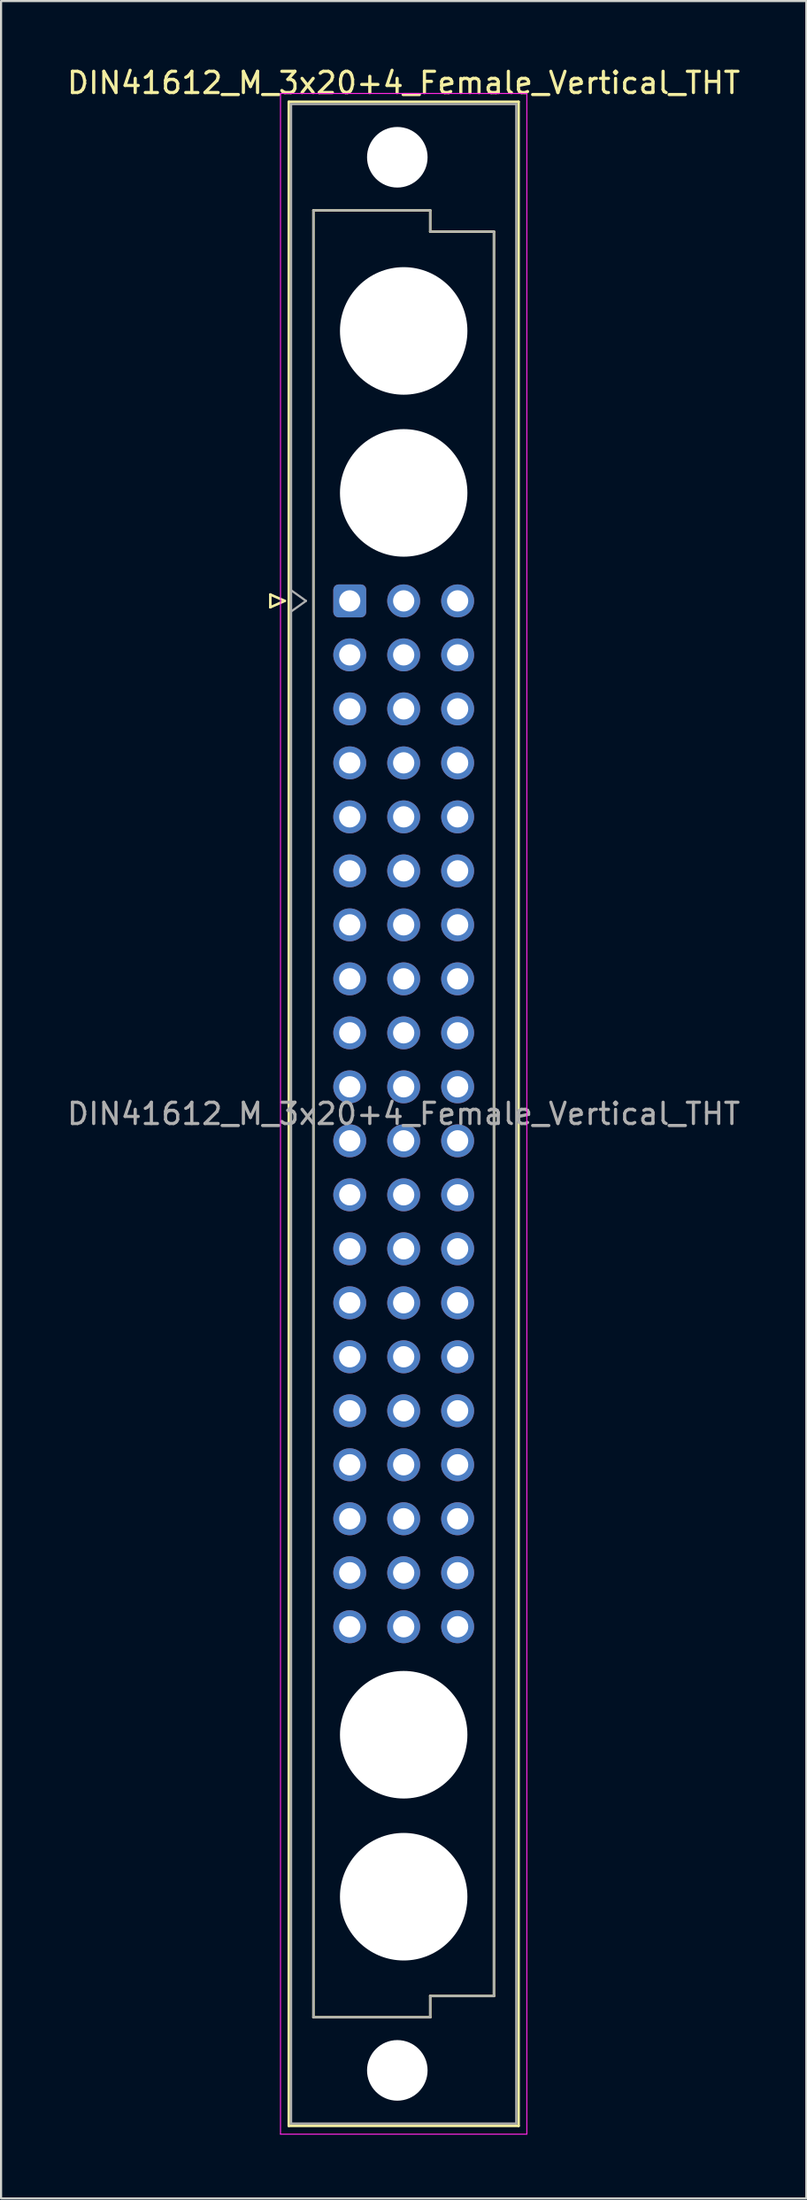
<source format=kicad_pcb>
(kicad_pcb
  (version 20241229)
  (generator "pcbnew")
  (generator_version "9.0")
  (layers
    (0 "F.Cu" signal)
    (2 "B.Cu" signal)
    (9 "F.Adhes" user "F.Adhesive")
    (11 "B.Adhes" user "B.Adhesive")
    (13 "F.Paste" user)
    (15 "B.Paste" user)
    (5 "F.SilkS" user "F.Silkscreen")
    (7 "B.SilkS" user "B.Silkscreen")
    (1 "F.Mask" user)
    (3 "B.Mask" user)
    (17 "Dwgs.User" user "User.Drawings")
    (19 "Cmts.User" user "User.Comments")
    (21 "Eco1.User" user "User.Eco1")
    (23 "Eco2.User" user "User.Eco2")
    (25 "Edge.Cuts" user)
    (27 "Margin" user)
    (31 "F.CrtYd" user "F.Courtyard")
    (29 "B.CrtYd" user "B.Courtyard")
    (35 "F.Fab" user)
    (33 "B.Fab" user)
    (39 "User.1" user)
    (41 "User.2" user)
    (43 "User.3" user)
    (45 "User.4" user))
  (footprint "DIN41612_M_3x20+4_Female_Vertical_THT"
    (layer "F.Cu")
    (at 13.418 9.978)
    (property "Reference" "DIN41612_M_3x20+4_Female_Vertical_THT" (at 2.54 -9.13 0) (layer "F.SilkS") (effects (font (size 1 1) (thickness 0.15))))
    (attr through_hole)
    (fp_line (start -3.74 14.94) (end -3.74 15.54) (stroke (width 0.12) (type solid)) (layer "F.SilkS"))
    (fp_line (start -3.74 15.54) (end -3.06 15.24) (stroke (width 0.12) (type solid)) (layer "F.SilkS"))
    (fp_line (start -3.06 15.24) (end -3.74 14.94) (stroke (width 0.12) (type solid)) (layer "F.SilkS"))
    (fp_line (start -2.87 -8.24) (end 7.95 -8.24) (stroke (width 0.12) (type solid)) (layer "F.SilkS"))
    (fp_line (start -2.87 86.98) (end -2.87 -8.24) (stroke (width 0.12) (type solid)) (layer "F.SilkS"))
    (fp_line (start -1.71 -3.13) (end 3.79 -3.13) (stroke (width 0.12) (type solid)) (layer "F.SilkS"))
    (fp_line (start -1.71 81.87) (end -1.71 -3.13) (stroke (width 0.12) (type solid)) (layer "F.SilkS"))
    (fp_line (start 3.79 -3.13) (end 3.79 -2.13) (stroke (width 0.12) (type solid)) (layer "F.SilkS"))
    (fp_line (start 3.79 -2.13) (end 6.79 -2.13) (stroke (width 0.12) (type solid)) (layer "F.SilkS"))
    (fp_line (start 3.79 80.87) (end 3.79 81.87) (stroke (width 0.12) (type solid)) (layer "F.SilkS"))
    (fp_line (start 3.79 81.87) (end -1.71 81.87) (stroke (width 0.12) (type solid)) (layer "F.SilkS"))
    (fp_line (start 6.79 -2.13) (end 6.79 80.87) (stroke (width 0.12) (type solid)) (layer "F.SilkS"))
    (fp_line (start 6.79 80.87) (end 3.79 80.87) (stroke (width 0.12) (type solid)) (layer "F.SilkS"))
    (fp_line (start 7.95 -8.24) (end 7.95 86.98) (stroke (width 0.12) (type solid)) (layer "F.SilkS"))
    (fp_line (start 7.95 86.98) (end -2.87 86.98) (stroke (width 0.12) (type solid)) (layer "F.SilkS"))
    (fp_line (start -3.26 -8.63) (end 8.34 -8.63) (stroke (width 0.05) (type solid)) (layer "F.CrtYd"))
    (fp_line (start -3.26 87.37) (end -3.26 -8.63) (stroke (width 0.05) (type solid)) (layer "F.CrtYd"))
    (fp_line (start 8.34 -8.63) (end 8.34 87.37) (stroke (width 0.05) (type solid)) (layer "F.CrtYd"))
    (fp_line (start 8.34 87.37) (end -3.26 87.37) (stroke (width 0.05) (type solid)) (layer "F.CrtYd"))
    (fp_line (start -2.76 -8.13) (end 7.84 -8.13) (stroke (width 0.1) (type solid)) (layer "F.Fab"))
    (fp_line (start -2.76 14.74) (end -2.06 15.24) (stroke (width 0.1) (type solid)) (layer "F.Fab"))
    (fp_line (start -2.76 86.87) (end -2.76 -8.13) (stroke (width 0.1) (type solid)) (layer "F.Fab"))
    (fp_line (start -2.06 15.24) (end -2.76 15.74) (stroke (width 0.1) (type solid)) (layer "F.Fab"))
    (fp_line (start -1.71 -3.13) (end 3.79 -3.13) (stroke (width 0.1) (type solid)) (layer "F.Fab"))
    (fp_line (start -1.71 81.87) (end -1.71 -3.13) (stroke (width 0.1) (type solid)) (layer "F.Fab"))
    (fp_line (start 3.79 -3.13) (end 3.79 -2.13) (stroke (width 0.1) (type solid)) (layer "F.Fab"))
    (fp_line (start 3.79 -2.13) (end 6.79 -2.13) (stroke (width 0.1) (type solid)) (layer "F.Fab"))
    (fp_line (start 3.79 80.87) (end 3.79 81.87) (stroke (width 0.1) (type solid)) (layer "F.Fab"))
    (fp_line (start 3.79 81.87) (end -1.71 81.87) (stroke (width 0.1) (type solid)) (layer "F.Fab"))
    (fp_line (start 6.79 -2.13) (end 6.79 80.87) (stroke (width 0.1) (type solid)) (layer "F.Fab"))
    (fp_line (start 6.79 80.87) (end 3.79 80.87) (stroke (width 0.1) (type solid)) (layer "F.Fab"))
    (fp_line (start 7.84 -8.13) (end 7.84 86.87) (stroke (width 0.1) (type solid)) (layer "F.Fab"))
    (fp_line (start 7.84 86.87) (end -2.76 86.87) (stroke (width 0.1) (type solid)) (layer "F.Fab"))
    (fp_text user "${REFERENCE}" (at 2.54 39.37 0) (layer "F.Fab") (effects (font (size 1 1) (thickness 0.15))))
    (pad "" np_thru_hole circle (at 2.24 -5.63) (size 2.85 2.85) (drill 2.85) (layers "*.Cu" "*.Mask"))
    (pad "" np_thru_hole circle (at 2.24 84.37) (size 2.85 2.85) (drill 2.85) (layers "*.Cu" "*.Mask"))
    (pad "" np_thru_hole circle (at 2.54 2.54) (size 6 6) (drill 6) (layers "*.Cu" "*.Mask"))
    (pad "" np_thru_hole circle (at 2.54 10.16) (size 6 6) (drill 6) (layers "*.Cu" "*.Mask"))
    (pad "" np_thru_hole circle (at 2.54 68.58) (size 6 6) (drill 6) (layers "*.Cu" "*.Mask"))
    (pad "" np_thru_hole circle (at 2.54 76.2) (size 6 6) (drill 6) (layers "*.Cu" "*.Mask"))
    (pad "a7" thru_hole roundrect (at 0 15.24) (size 1.55 1.55) (drill 1) (layers "*.Cu" "*.Mask") (roundrect_rratio 0.161))
    (pad "a8" thru_hole circle (at 0 17.78) (size 1.55 1.55) (drill 1) (layers "*.Cu" "*.Mask"))
    (pad "a9" thru_hole circle (at 0 20.32) (size 1.55 1.55) (drill 1) (layers "*.Cu" "*.Mask"))
    (pad "a10" thru_hole circle (at 0 22.86) (size 1.55 1.55) (drill 1) (layers "*.Cu" "*.Mask"))
    (pad "a11" thru_hole circle (at 0 25.4) (size 1.55 1.55) (drill 1) (layers "*.Cu" "*.Mask"))
    (pad "a12" thru_hole circle (at 0 27.94) (size 1.55 1.55) (drill 1) (layers "*.Cu" "*.Mask"))
    (pad "a13" thru_hole circle (at 0 30.48) (size 1.55 1.55) (drill 1) (layers "*.Cu" "*.Mask"))
    (pad "a14" thru_hole circle (at 0 33.02) (size 1.55 1.55) (drill 1) (layers "*.Cu" "*.Mask"))
    (pad "a15" thru_hole circle (at 0 35.56) (size 1.55 1.55) (drill 1) (layers "*.Cu" "*.Mask"))
    (pad "a16" thru_hole circle (at 0 38.1) (size 1.55 1.55) (drill 1) (layers "*.Cu" "*.Mask"))
    (pad "a17" thru_hole circle (at 0 40.64) (size 1.55 1.55) (drill 1) (layers "*.Cu" "*.Mask"))
    (pad "a18" thru_hole circle (at 0 43.18) (size 1.55 1.55) (drill 1) (layers "*.Cu" "*.Mask"))
    (pad "a19" thru_hole circle (at 0 45.72) (size 1.55 1.55) (drill 1) (layers "*.Cu" "*.Mask"))
    (pad "a20" thru_hole circle (at 0 48.26) (size 1.55 1.55) (drill 1) (layers "*.Cu" "*.Mask"))
    (pad "a21" thru_hole circle (at 0 50.8) (size 1.55 1.55) (drill 1) (layers "*.Cu" "*.Mask"))
    (pad "a22" thru_hole circle (at 0 53.34) (size 1.55 1.55) (drill 1) (layers "*.Cu" "*.Mask"))
    (pad "a23" thru_hole circle (at 0 55.88) (size 1.55 1.55) (drill 1) (layers "*.Cu" "*.Mask"))
    (pad "a24" thru_hole circle (at 0 58.42) (size 1.55 1.55) (drill 1) (layers "*.Cu" "*.Mask"))
    (pad "a25" thru_hole circle (at 0 60.96) (size 1.55 1.55) (drill 1) (layers "*.Cu" "*.Mask"))
    (pad "a26" thru_hole circle (at 0 63.5) (size 1.55 1.55) (drill 1) (layers "*.Cu" "*.Mask"))
    (pad "b7" thru_hole circle (at 2.54 15.24) (size 1.55 1.55) (drill 1) (layers "*.Cu" "*.Mask"))
    (pad "b8" thru_hole circle (at 2.54 17.78) (size 1.55 1.55) (drill 1) (layers "*.Cu" "*.Mask"))
    (pad "b9" thru_hole circle (at 2.54 20.32) (size 1.55 1.55) (drill 1) (layers "*.Cu" "*.Mask"))
    (pad "b10" thru_hole circle (at 2.54 22.86) (size 1.55 1.55) (drill 1) (layers "*.Cu" "*.Mask"))
    (pad "b11" thru_hole circle (at 2.54 25.4) (size 1.55 1.55) (drill 1) (layers "*.Cu" "*.Mask"))
    (pad "b12" thru_hole circle (at 2.54 27.94) (size 1.55 1.55) (drill 1) (layers "*.Cu" "*.Mask"))
    (pad "b13" thru_hole circle (at 2.54 30.48) (size 1.55 1.55) (drill 1) (layers "*.Cu" "*.Mask"))
    (pad "b14" thru_hole circle (at 2.54 33.02) (size 1.55 1.55) (drill 1) (layers "*.Cu" "*.Mask"))
    (pad "b15" thru_hole circle (at 2.54 35.56) (size 1.55 1.55) (drill 1) (layers "*.Cu" "*.Mask"))
    (pad "b16" thru_hole circle (at 2.54 38.1) (size 1.55 1.55) (drill 1) (layers "*.Cu" "*.Mask"))
    (pad "b17" thru_hole circle (at 2.54 40.64) (size 1.55 1.55) (drill 1) (layers "*.Cu" "*.Mask"))
    (pad "b18" thru_hole circle (at 2.54 43.18) (size 1.55 1.55) (drill 1) (layers "*.Cu" "*.Mask"))
    (pad "b19" thru_hole circle (at 2.54 45.72) (size 1.55 1.55) (drill 1) (layers "*.Cu" "*.Mask"))
    (pad "b20" thru_hole circle (at 2.54 48.26) (size 1.55 1.55) (drill 1) (layers "*.Cu" "*.Mask"))
    (pad "b21" thru_hole circle (at 2.54 50.8) (size 1.55 1.55) (drill 1) (layers "*.Cu" "*.Mask"))
    (pad "b22" thru_hole circle (at 2.54 53.34) (size 1.55 1.55) (drill 1) (layers "*.Cu" "*.Mask"))
    (pad "b23" thru_hole circle (at 2.54 55.88) (size 1.55 1.55) (drill 1) (layers "*.Cu" "*.Mask"))
    (pad "b24" thru_hole circle (at 2.54 58.42) (size 1.55 1.55) (drill 1) (layers "*.Cu" "*.Mask"))
    (pad "b25" thru_hole circle (at 2.54 60.96) (size 1.55 1.55) (drill 1) (layers "*.Cu" "*.Mask"))
    (pad "b26" thru_hole circle (at 2.54 63.5) (size 1.55 1.55) (drill 1) (layers "*.Cu" "*.Mask"))
    (pad "c7" thru_hole circle (at 5.08 15.24) (size 1.55 1.55) (drill 1) (layers "*.Cu" "*.Mask"))
    (pad "c8" thru_hole circle (at 5.08 17.78) (size 1.55 1.55) (drill 1) (layers "*.Cu" "*.Mask"))
    (pad "c9" thru_hole circle (at 5.08 20.32) (size 1.55 1.55) (drill 1) (layers "*.Cu" "*.Mask"))
    (pad "c10" thru_hole circle (at 5.08 22.86) (size 1.55 1.55) (drill 1) (layers "*.Cu" "*.Mask"))
    (pad "c11" thru_hole circle (at 5.08 25.4) (size 1.55 1.55) (drill 1) (layers "*.Cu" "*.Mask"))
    (pad "c12" thru_hole circle (at 5.08 27.94) (size 1.55 1.55) (drill 1) (layers "*.Cu" "*.Mask"))
    (pad "c13" thru_hole circle (at 5.08 30.48) (size 1.55 1.55) (drill 1) (layers "*.Cu" "*.Mask"))
    (pad "c14" thru_hole circle (at 5.08 33.02) (size 1.55 1.55) (drill 1) (layers "*.Cu" "*.Mask"))
    (pad "c15" thru_hole circle (at 5.08 35.56) (size 1.55 1.55) (drill 1) (layers "*.Cu" "*.Mask"))
    (pad "c16" thru_hole circle (at 5.08 38.1) (size 1.55 1.55) (drill 1) (layers "*.Cu" "*.Mask"))
    (pad "c17" thru_hole circle (at 5.08 40.64) (size 1.55 1.55) (drill 1) (layers "*.Cu" "*.Mask"))
    (pad "c18" thru_hole circle (at 5.08 43.18) (size 1.55 1.55) (drill 1) (layers "*.Cu" "*.Mask"))
    (pad "c19" thru_hole circle (at 5.08 45.72) (size 1.55 1.55) (drill 1) (layers "*.Cu" "*.Mask"))
    (pad "c20" thru_hole circle (at 5.08 48.26) (size 1.55 1.55) (drill 1) (layers "*.Cu" "*.Mask"))
    (pad "c21" thru_hole circle (at 5.08 50.8) (size 1.55 1.55) (drill 1) (layers "*.Cu" "*.Mask"))
    (pad "c22" thru_hole circle (at 5.08 53.34) (size 1.55 1.55) (drill 1) (layers "*.Cu" "*.Mask"))
    (pad "c23" thru_hole circle (at 5.08 55.88) (size 1.55 1.55) (drill 1) (layers "*.Cu" "*.Mask"))
    (pad "c24" thru_hole circle (at 5.08 58.42) (size 1.55 1.55) (drill 1) (layers "*.Cu" "*.Mask"))
    (pad "c25" thru_hole circle (at 5.08 60.96) (size 1.55 1.55) (drill 1) (layers "*.Cu" "*.Mask"))
    (pad "c26" thru_hole circle (at 5.08 63.5) (size 1.55 1.55) (drill 1) (layers "*.Cu" "*.Mask")))
  (gr_rect
    (start -3 -3)
    (end 34.917 100.373)
    (stroke (width 0.1) (type default))
    (fill no)
    (layer "Edge.Cuts")))
</source>
